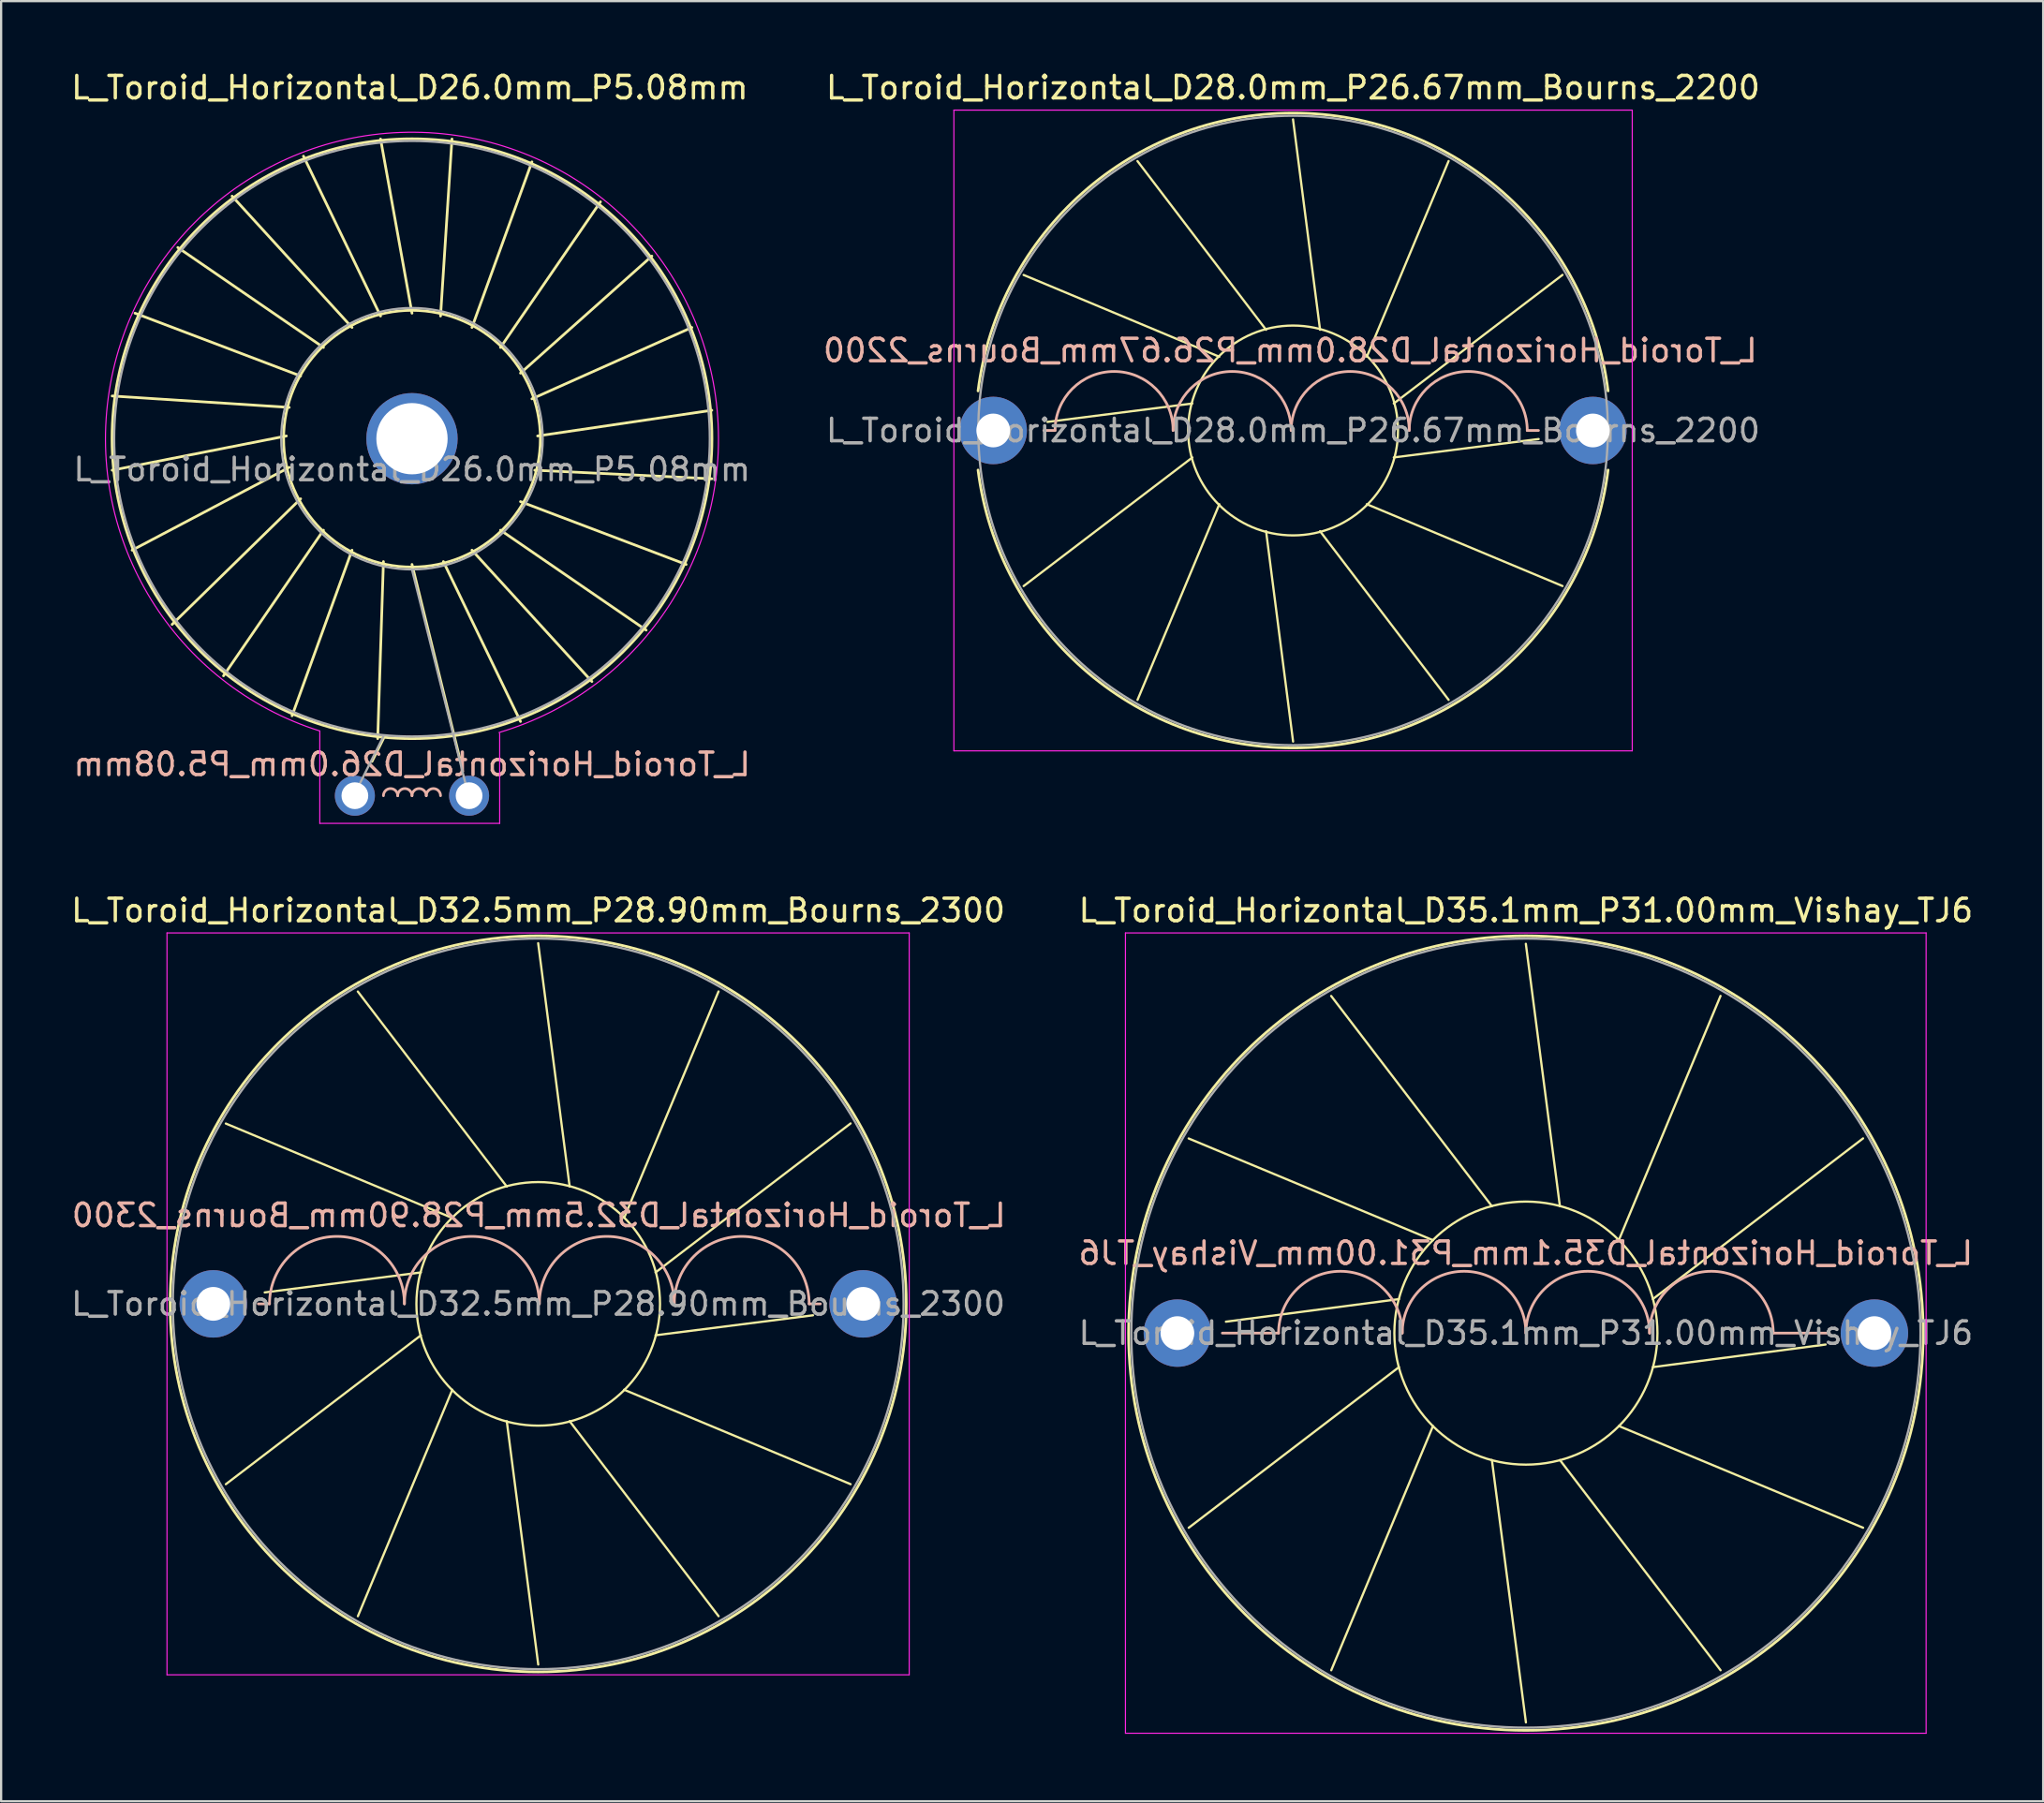
<source format=kicad_pcb>
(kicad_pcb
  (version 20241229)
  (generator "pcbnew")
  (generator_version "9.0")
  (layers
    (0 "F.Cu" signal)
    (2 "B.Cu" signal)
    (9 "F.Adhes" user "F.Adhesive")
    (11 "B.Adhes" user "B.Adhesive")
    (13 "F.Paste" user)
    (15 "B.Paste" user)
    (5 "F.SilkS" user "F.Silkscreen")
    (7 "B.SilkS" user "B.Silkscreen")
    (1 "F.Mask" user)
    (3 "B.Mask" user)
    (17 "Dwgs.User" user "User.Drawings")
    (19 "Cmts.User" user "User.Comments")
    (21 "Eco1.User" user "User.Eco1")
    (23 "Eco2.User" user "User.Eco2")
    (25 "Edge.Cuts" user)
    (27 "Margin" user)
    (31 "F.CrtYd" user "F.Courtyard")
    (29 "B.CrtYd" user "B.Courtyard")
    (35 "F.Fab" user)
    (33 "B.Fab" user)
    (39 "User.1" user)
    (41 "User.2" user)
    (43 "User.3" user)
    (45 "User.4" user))
  (footprint "L_Toroid_Horizontal_D35.1mm_P31.00mm_Vishay_TJ6"
    (layer "F.Cu")
    (at 49.314 56.248)
    (property "Reference" "L_Toroid_Horizontal_D35.1mm_P31.00mm_Vishay_TJ6" (at 15.5 -18.8 0) (layer "F.SilkS") (effects (font (size 1 1) (thickness 0.15))))
    (fp_line (start 0.502 -8.657) (end 11.367 -4.132) (stroke (width 0.1) (type solid)) (layer "F.SilkS"))
    (fp_line (start 0.504 8.659) (end 9.855 1.513) (stroke (width 0.1) (type solid)) (layer "F.SilkS"))
    (fp_line (start 2.159 -0.508) (end 9.854 -1.512) (stroke (width 0.1) (type solid)) (layer "F.SilkS"))
    (fp_line (start 6.84 -14.996) (end 13.987 -5.645) (stroke (width 0.1) (type solid)) (layer "F.SilkS"))
    (fp_line (start 6.843 14.997) (end 11.368 4.133) (stroke (width 0.1) (type solid)) (layer "F.SilkS"))
    (fp_line (start 15.498 -17.317) (end 17.012 -5.646) (stroke (width 0.1) (type solid)) (layer "F.SilkS"))
    (fp_line (start 15.501 17.317) (end 13.988 5.646) (stroke (width 0.1) (type solid)) (layer "F.SilkS"))
    (fp_line (start 24.156 -14.998) (end 19.632 -4.133) (stroke (width 0.1) (type solid)) (layer "F.SilkS"))
    (fp_line (start 24.159 14.996) (end 17.013 5.645) (stroke (width 0.1) (type solid)) (layer "F.SilkS"))
    (fp_line (start 28.829 0.508) (end 21.145 1.513) (stroke (width 0.1) (type solid)) (layer "F.SilkS"))
    (fp_line (start 30.495 -8.661) (end 21.145 -1.514) (stroke (width 0.1) (type solid)) (layer "F.SilkS"))
    (fp_line (start 30.497 8.658) (end 19.633 4.133) (stroke (width 0.1) (type solid)) (layer "F.SilkS"))
    (fp_circle (center 15.5 0) (end 21.35 0) (stroke (width 0.1) (type solid)) (fill no) (layer "F.SilkS"))
    (fp_circle (center 15.5 0) (end 33.17 0) (stroke (width 0.12) (type solid)) (fill no) (layer "F.SilkS"))
    (fp_line (start 4.5 0) (end 2 0) (stroke (width 0.12) (type solid)) (layer "B.SilkS"))
    (fp_line (start 26.5 0) (end 29 0) (stroke (width 0.12) (type solid)) (layer "B.SilkS"))
    (fp_arc (start 4.5 0) (mid 7.25 -2.75) (end 10 0) (stroke (width 0.12) (type solid)) (layer "B.SilkS"))
    (fp_arc (start 10 0) (mid 12.75 -2.75) (end 15.5 0) (stroke (width 0.12) (type solid)) (layer "B.SilkS"))
    (fp_arc (start 15.5 0) (mid 18.25 -2.75) (end 21 0) (stroke (width 0.12) (type solid)) (layer "B.SilkS"))
    (fp_arc (start 21 0) (mid 23.75 -2.75) (end 26.5 0) (stroke (width 0.12) (type solid)) (layer "B.SilkS"))
    (fp_line (start -2.31 -17.8) (end -2.31 17.8) (stroke (width 0.05) (type solid)) (layer "F.CrtYd"))
    (fp_line (start -2.31 17.8) (end 33.3 17.8) (stroke (width 0.05) (type solid)) (layer "F.CrtYd"))
    (fp_line (start 33.3 -17.8) (end -2.31 -17.8) (stroke (width 0.05) (type solid)) (layer "F.CrtYd"))
    (fp_line (start 33.3 17.8) (end 33.3 -17.8) (stroke (width 0.05) (type solid)) (layer "F.CrtYd"))
    (fp_circle (center 15.5 0) (end 33.05 0) (stroke (width 0.1) (type solid)) (fill no) (layer "F.Fab"))
    (fp_text user "${REFERENCE}" (at 15.494 -3.556 0) (layer "B.SilkS") (effects (font (size 1 1) (thickness 0.15)) (justify mirror)))
    (fp_text user "${REFERENCE}" (at 15.5 0 0) (layer "F.Fab") (effects (font (size 1 1) (thickness 0.15))))
    (pad "1" thru_hole circle (at 0 0) (size 3 3) (drill 1.5) (layers "*.Cu" "*.Mask"))
    (pad "2" thru_hole circle (at 31 0) (size 3 3) (drill 1.5) (layers "*.Cu" "*.Mask")))
  (footprint "L_Toroid_Horizontal_D26.0mm_P5.08mm"
    (layer "F.Cu")
    (at 12.733 32.344)
    (property "Reference" "L_Toroid_Horizontal_D26.0mm_P5.08mm" (at 2.44 -31.496 0) (layer "F.SilkS") (effects (font (size 1 1) (thickness 0.15))))
    (fp_line (start -10.795 -17.78) (end -2.921 -17.272) (stroke (width 0.12) (type solid)) (layer "F.SilkS"))
    (fp_line (start -10.795 -14.478) (end -3.048 -16.002) (stroke (width 0.12) (type solid)) (layer "F.SilkS"))
    (fp_line (start -9.906 -10.922) (end -2.921 -14.605) (stroke (width 0.12) (type solid)) (layer "F.SilkS"))
    (fp_line (start -9.779 -21.463) (end -2.413 -18.669) (stroke (width 0.12) (type solid)) (layer "F.SilkS"))
    (fp_line (start -8.128 -7.62) (end -2.413 -13.208) (stroke (width 0.12) (type solid)) (layer "F.SilkS"))
    (fp_line (start -7.874 -24.384) (end -1.397 -19.939) (stroke (width 0.12) (type solid)) (layer "F.SilkS"))
    (fp_line (start -5.842 -5.334) (end -1.397 -11.811) (stroke (width 0.12) (type solid)) (layer "F.SilkS"))
    (fp_line (start -5.461 -26.67) (end -0.127 -20.828) (stroke (width 0.12) (type solid)) (layer "F.SilkS"))
    (fp_line (start -2.794 -3.556) (end -0.127 -10.922) (stroke (width 0.12) (type solid)) (layer "F.SilkS"))
    (fp_line (start -2.286 -28.448) (end 1.143 -21.336) (stroke (width 0.12) (type solid)) (layer "F.SilkS"))
    (fp_line (start 0.762 -1.524) (end 1.27 -2.54) (stroke (width 0.12) (type solid)) (layer "F.SilkS"))
    (fp_line (start 1.016 -2.54) (end 1.27 -10.414) (stroke (width 0.12) (type solid)) (layer "F.SilkS"))
    (fp_line (start 1.143 -29.21) (end 2.54 -21.463) (stroke (width 0.12) (type solid)) (layer "F.SilkS"))
    (fp_line (start 4.318 -29.21) (end 3.81 -21.336) (stroke (width 0.12) (type solid)) (layer "F.SilkS"))
    (fp_line (start 4.699 -1.524) (end 2.54 -10.287) (stroke (width 0.12) (type solid)) (layer "F.SilkS"))
    (fp_line (start 7.366 -3.302) (end 3.937 -10.414) (stroke (width 0.12) (type solid)) (layer "F.SilkS"))
    (fp_line (start 7.874 -28.194) (end 5.207 -20.828) (stroke (width 0.12) (type solid)) (layer "F.SilkS"))
    (fp_line (start 10.541 -5.08) (end 5.207 -10.922) (stroke (width 0.12) (type solid)) (layer "F.SilkS"))
    (fp_line (start 10.922 -26.416) (end 6.477 -19.939) (stroke (width 0.12) (type solid)) (layer "F.SilkS"))
    (fp_line (start 12.954 -7.366) (end 6.477 -11.811) (stroke (width 0.12) (type solid)) (layer "F.SilkS"))
    (fp_line (start 13.208 -24.003) (end 7.366 -18.796) (stroke (width 0.12) (type solid)) (layer "F.SilkS"))
    (fp_line (start 14.732 -10.287) (end 7.366 -13.081) (stroke (width 0.12) (type solid)) (layer "F.SilkS"))
    (fp_line (start 14.986 -20.828) (end 7.874 -17.653) (stroke (width 0.12) (type solid)) (layer "F.SilkS"))
    (fp_line (start 15.875 -17.145) (end 8.128 -16.002) (stroke (width 0.12) (type solid)) (layer "F.SilkS"))
    (fp_line (start 15.875 -14.097) (end 8.001 -14.478) (stroke (width 0.12) (type solid)) (layer "F.SilkS"))
    (fp_circle (center 2.54 -15.88) (end 8.25 -15.88) (stroke (width 0.12) (type solid)) (fill no) (layer "F.SilkS"))
    (fp_circle (center 2.54 -15.88) (end 15.88 -15.88) (stroke (width 0.12) (type solid)) (fill no) (layer "F.SilkS"))
    (fp_arc (start 1.27 0) (mid 1.5875 -0.3175) (end 1.905 0) (stroke (width 0.12) (type solid)) (layer "B.SilkS"))
    (fp_arc (start 1.905 0) (mid 2.2225 -0.3175) (end 2.54 0) (stroke (width 0.12) (type solid)) (layer "B.SilkS"))
    (fp_arc (start 2.54 0) (mid 2.8575 -0.3175) (end 3.175 0) (stroke (width 0.12) (type solid)) (layer "B.SilkS"))
    (fp_arc (start 3.175 0) (mid 3.4925 -0.3175) (end 3.81 0) (stroke (width 0.12) (type solid)) (layer "B.SilkS"))
    (fp_line (start -1.56 -2.88) (end -1.56 1.23) (stroke (width 0.05) (type solid)) (layer "F.CrtYd"))
    (fp_line (start -1.56 1.23) (end 6.44 1.23) (stroke (width 0.05) (type solid)) (layer "F.CrtYd"))
    (fp_line (start 6.44 1.23) (end 6.44 -2.78) (stroke (width 0.05) (type solid)) (layer "F.CrtYd"))
    (fp_arc (start -1.56 -2.88) (mid 2.660017 -29.510686) (end 6.410454 -2.809821) (stroke (width 0.05) (type solid)) (layer "F.CrtYd"))
    (fp_line (start 0 -0.1) (end 1.27 -2.64) (stroke (width 0.1) (type solid)) (layer "F.Fab"))
    (fp_line (start 5.08 0.1) (end 2.54 -10.06) (stroke (width 0.1) (type solid)) (layer "F.Fab"))
    (fp_circle (center 2.54 -15.88) (end 1.44 -2.68) (stroke (width 0.1) (type solid)) (fill no) (layer "F.Fab"))
    (fp_circle (center 2.54 -15.88) (end 2.34 -10.07) (stroke (width 0.1) (type solid)) (fill no) (layer "F.Fab"))
    (fp_text user "${REFERENCE}" (at 2.54 -1.397 0) (layer "B.SilkS") (effects (font (size 1 1) (thickness 0.15)) (justify mirror)))
    (fp_text user "${REFERENCE}" (at 2.54 -14.513 0) (layer "F.Fab") (effects (font (size 1 1) (thickness 0.15))))
    (pad "" thru_hole circle (at 2.54 -15.88) (size 4.06 4.06) (drill 3.17) (layers "*.Cu" "*.Mask"))
    (pad "1" thru_hole circle (at 0 0) (size 1.78 1.78) (drill 1.19) (layers "*.Cu" "*.Mask"))
    (pad "2" thru_hole circle (at 5.08 0) (size 1.78 1.78) (drill 1.19) (layers "*.Cu" "*.Mask")))
  (footprint "L_Toroid_Horizontal_D32.5mm_P28.90mm_Bourns_2300"
    (layer "F.Cu")
    (at 6.437 54.947)
    (property "Reference" "L_Toroid_Horizontal_D32.5mm_P28.90mm_Bourns_2300" (at 14.45 -17.5 0) (layer "F.SilkS") (effects (font (size 1 1) (thickness 0.15))))
    (fp_line (start 0.556 -8.02) (end 10.629 -3.82) (stroke (width 0.1) (type solid)) (layer "F.SilkS"))
    (fp_line (start 0.557 8.022) (end 9.232 1.399) (stroke (width 0.1) (type solid)) (layer "F.SilkS"))
    (fp_line (start 2.286 -0.508) (end 9.231 -1.398) (stroke (width 0.1) (type solid)) (layer "F.SilkS"))
    (fp_line (start 6.427 -13.892) (end 13.051 -5.218) (stroke (width 0.1) (type solid)) (layer "F.SilkS"))
    (fp_line (start 6.43 13.894) (end 10.63 3.82) (stroke (width 0.1) (type solid)) (layer "F.SilkS"))
    (fp_line (start 14.448 -16.043) (end 15.848 -5.219) (stroke (width 0.1) (type solid)) (layer "F.SilkS"))
    (fp_line (start 14.451 16.043) (end 13.052 5.219) (stroke (width 0.1) (type solid)) (layer "F.SilkS"))
    (fp_line (start 22.469 -13.895) (end 18.27 -3.821) (stroke (width 0.1) (type solid)) (layer "F.SilkS"))
    (fp_line (start 22.472 13.893) (end 15.848 5.218) (stroke (width 0.1) (type solid)) (layer "F.SilkS"))
    (fp_line (start 26.67 0.508) (end 19.669 1.397) (stroke (width 0.1) (type solid)) (layer "F.SilkS"))
    (fp_line (start 28.342 -8.024) (end 19.668 -1.399) (stroke (width 0.1) (type solid)) (layer "F.SilkS"))
    (fp_line (start 28.343 8.021) (end 18.27 3.82) (stroke (width 0.1) (type solid)) (layer "F.SilkS"))
    (fp_circle (center 14.45 0) (end 19.867 0) (stroke (width 0.1) (type solid)) (fill no) (layer "F.SilkS"))
    (fp_circle (center 14.45 0) (end 30.82 0) (stroke (width 0.12) (type solid)) (fill no) (layer "F.SilkS"))
    (fp_line (start 2.5 0) (end 2 0) (stroke (width 0.12) (type solid)) (layer "B.SilkS"))
    (fp_line (start 26.5 0) (end 27 0) (stroke (width 0.12) (type solid)) (layer "B.SilkS"))
    (fp_arc (start 2.5 0) (mid 5.5 -3) (end 8.5 0) (stroke (width 0.12) (type solid)) (layer "B.SilkS"))
    (fp_arc (start 8.5 0) (mid 11.5 -3) (end 14.5 0) (stroke (width 0.12) (type solid)) (layer "B.SilkS"))
    (fp_arc (start 14.5 0) (mid 17.5 -3) (end 20.5 0) (stroke (width 0.12) (type solid)) (layer "B.SilkS"))
    (fp_arc (start 20.5 0) (mid 23.5 -3) (end 26.5 0) (stroke (width 0.12) (type solid)) (layer "B.SilkS"))
    (fp_line (start -2.06 -16.5) (end -2.06 16.5) (stroke (width 0.05) (type solid)) (layer "F.CrtYd"))
    (fp_line (start -2.06 16.5) (end 30.95 16.5) (stroke (width 0.05) (type solid)) (layer "F.CrtYd"))
    (fp_line (start 30.95 -16.5) (end -2.06 -16.5) (stroke (width 0.05) (type solid)) (layer "F.CrtYd"))
    (fp_line (start 30.95 16.5) (end 30.95 -16.5) (stroke (width 0.05) (type solid)) (layer "F.CrtYd"))
    (fp_circle (center 14.45 0) (end 30.7 0) (stroke (width 0.1) (type solid)) (fill no) (layer "F.Fab"))
    (fp_text user "${REFERENCE}" (at 14.478 -3.937 0) (layer "B.SilkS") (effects (font (size 1 1) (thickness 0.15)) (justify mirror)))
    (fp_text user "${REFERENCE}" (at 14.45 0 0) (layer "F.Fab") (effects (font (size 1 1) (thickness 0.15))))
    (pad "1" thru_hole circle (at 0 0) (size 3 3) (drill 1.5) (layers "*.Cu" "*.Mask"))
    (pad "2" thru_hole circle (at 28.9 0) (size 3 3) (drill 1.5) (layers "*.Cu" "*.Mask")))
  (footprint "L_Toroid_Horizontal_D28.0mm_P26.67mm_Bourns_2200"
    (layer "F.Cu")
    (at 41.124 16.098)
    (property "Reference" "L_Toroid_Horizontal_D28.0mm_P26.67mm_Bourns_2200" (at 13.335 -15.25 0) (layer "F.SilkS") (effects (font (size 1 1) (thickness 0.15))))
    (fp_line (start 1.351 -6.918) (end 10.055 -3.279) (stroke (width 0.1) (type solid)) (layer "F.SilkS"))
    (fp_line (start 1.352 6.92) (end 8.856 1.201) (stroke (width 0.1) (type solid)) (layer "F.SilkS"))
    (fp_line (start 2.413 -0.381) (end 8.855 -1.2) (stroke (width 0.1) (type solid)) (layer "F.SilkS"))
    (fp_line (start 6.415 -11.983) (end 12.134 -4.479) (stroke (width 0.1) (type solid)) (layer "F.SilkS"))
    (fp_line (start 6.417 11.984) (end 10.056 3.28) (stroke (width 0.1) (type solid)) (layer "F.SilkS"))
    (fp_line (start 13.333 -13.838) (end 14.535 -4.48) (stroke (width 0.1) (type solid)) (layer "F.SilkS"))
    (fp_line (start 13.336 13.838) (end 12.135 4.48) (stroke (width 0.1) (type solid)) (layer "F.SilkS"))
    (fp_line (start 20.252 -11.985) (end 16.614 -3.28) (stroke (width 0.1) (type solid)) (layer "F.SilkS"))
    (fp_line (start 20.254 11.983) (end 14.535 4.48) (stroke (width 0.1) (type solid)) (layer "F.SilkS"))
    (fp_line (start 24.257 0.381) (end 17.815 1.199) (stroke (width 0.1) (type solid)) (layer "F.SilkS"))
    (fp_line (start 25.318 -6.921) (end 17.814 -1.201) (stroke (width 0.1) (type solid)) (layer "F.SilkS"))
    (fp_line (start 25.319 6.919) (end 16.614 3.279) (stroke (width 0.1) (type solid)) (layer "F.SilkS"))
    (fp_arc (start -0.674882 -1.76) (mid 13.335 -14.12) (end 27.344882 -1.76) (stroke (width 0.12) (type solid)) (layer "F.SilkS"))
    (fp_arc (start 27.344882 1.76) (mid 13.335 14.12) (end -0.674882 1.76) (stroke (width 0.12) (type solid)) (layer "F.SilkS"))
    (fp_circle (center 13.335 0) (end 18.002 0) (stroke (width 0.1) (type solid)) (fill no) (layer "F.SilkS"))
    (fp_line (start 2.75 0) (end 2.25 0) (stroke (width 0.12) (type solid)) (layer "B.SilkS"))
    (fp_line (start 23.75 0) (end 24.25 0) (stroke (width 0.12) (type solid)) (layer "B.SilkS"))
    (fp_arc (start 2.75 0) (mid 5.375 -2.625) (end 8 0) (stroke (width 0.12) (type solid)) (layer "B.SilkS"))
    (fp_arc (start 8 0) (mid 10.625 -2.625) (end 13.25 0) (stroke (width 0.12) (type solid)) (layer "B.SilkS"))
    (fp_arc (start 13.25 0) (mid 15.875 -2.625) (end 18.5 0) (stroke (width 0.12) (type solid)) (layer "B.SilkS"))
    (fp_arc (start 18.5 0) (mid 21.125 -2.625) (end 23.75 0) (stroke (width 0.12) (type solid)) (layer "B.SilkS"))
    (fp_line (start -1.75 -14.25) (end -1.75 14.25) (stroke (width 0.05) (type solid)) (layer "F.CrtYd"))
    (fp_line (start -1.75 14.25) (end 28.42 14.25) (stroke (width 0.05) (type solid)) (layer "F.CrtYd"))
    (fp_line (start 28.42 -14.25) (end -1.75 -14.25) (stroke (width 0.05) (type solid)) (layer "F.CrtYd"))
    (fp_line (start 28.42 14.25) (end 28.42 -14.25) (stroke (width 0.05) (type solid)) (layer "F.CrtYd"))
    (fp_circle (center 13.335 0) (end 27.335 0) (stroke (width 0.1) (type solid)) (fill no) (layer "F.Fab"))
    (fp_text user "${REFERENCE}" (at 13.208 -3.556 0) (layer "B.SilkS") (effects (font (size 1 1) (thickness 0.15)) (justify mirror)))
    (fp_text user "${REFERENCE}" (at 13.335 0 0) (layer "F.Fab") (effects (font (size 1 1) (thickness 0.15))))
    (pad "1" thru_hole circle (at 0 0) (size 3 3) (drill 1.5) (layers "*.Cu" "*.Mask"))
    (pad "2" thru_hole circle (at 26.67 0) (size 3 3) (drill 1.5) (layers "*.Cu" "*.Mask")))
  (gr_rect
    (start -3 -3)
    (end 87.82 77.073)
    (stroke (width 0.1) (type default))
    (fill no)
    (layer "Edge.Cuts")))
</source>
